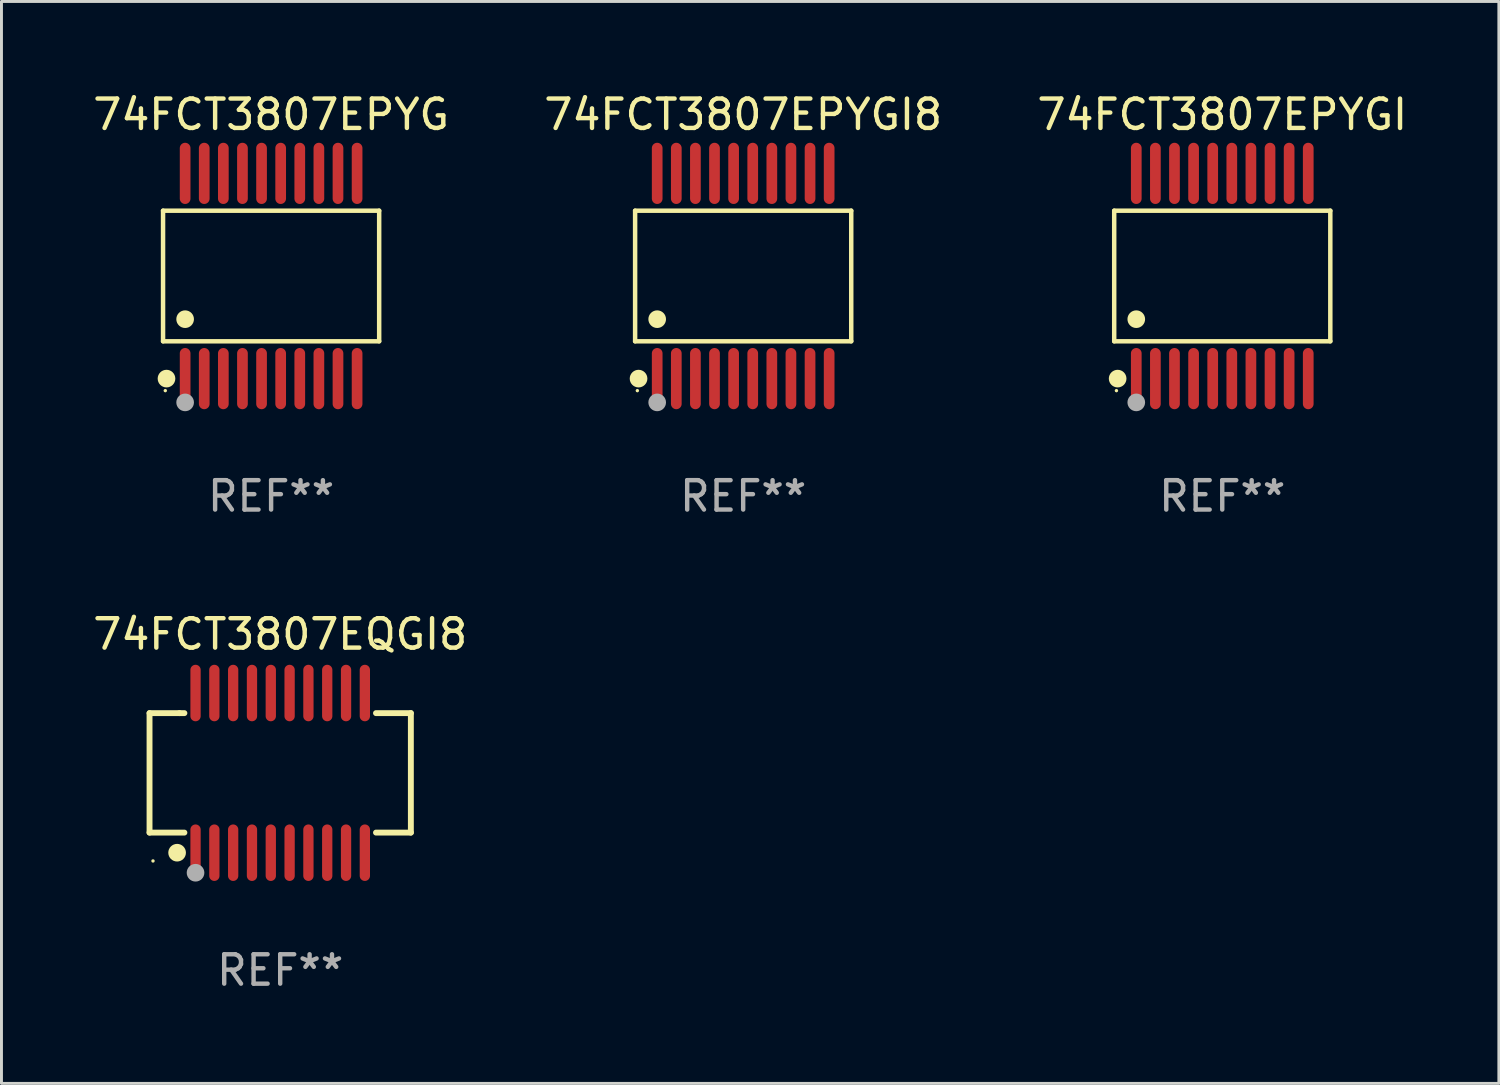
<source format=kicad_pcb>
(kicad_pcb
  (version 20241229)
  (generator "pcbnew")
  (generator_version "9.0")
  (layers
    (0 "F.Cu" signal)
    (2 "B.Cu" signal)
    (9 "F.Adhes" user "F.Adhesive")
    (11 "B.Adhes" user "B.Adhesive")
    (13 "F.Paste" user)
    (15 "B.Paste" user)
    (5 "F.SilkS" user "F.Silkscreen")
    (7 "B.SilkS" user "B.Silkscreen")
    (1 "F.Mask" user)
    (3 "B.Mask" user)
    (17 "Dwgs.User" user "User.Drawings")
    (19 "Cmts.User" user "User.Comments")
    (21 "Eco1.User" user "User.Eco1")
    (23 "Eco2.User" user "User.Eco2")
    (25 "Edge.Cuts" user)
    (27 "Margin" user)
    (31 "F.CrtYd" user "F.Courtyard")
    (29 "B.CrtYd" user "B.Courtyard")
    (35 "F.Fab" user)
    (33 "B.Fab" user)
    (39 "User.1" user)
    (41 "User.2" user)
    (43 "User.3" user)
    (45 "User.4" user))
  (footprint "74FCT3807EPYG"
    (layer "F.Cu")
    (at 6.173 6.339)
    (property "Reference" "74FCT3807EPYG" (at 0 -5.491 0) (layer "F.SilkS") (effects (font (size 1 1) (thickness 0.15))))
    (attr through_hole)
    (fp_line (start -3.676 -2.221) (end 3.676 -2.221) (stroke (width 0.152) (type solid)) (layer "F.SilkS"))
    (fp_line (start -3.676 2.221) (end -3.676 -2.221) (stroke (width 0.152) (type solid)) (layer "F.SilkS"))
    (fp_line (start 3.676 -2.221) (end 3.676 2.221) (stroke (width 0.152) (type solid)) (layer "F.SilkS"))
    (fp_line (start 3.676 2.221) (end -3.676 2.221) (stroke (width 0.152) (type solid)) (layer "F.SilkS"))
    (fp_circle (center -3.6 3.9) (end -3.57 3.9) (stroke (width 0.06) (type solid)) (fill no) (layer "F.SilkS"))
    (fp_circle (center -3.559 3.491) (end -3.409 3.491) (stroke (width 0.3) (type solid)) (fill no) (layer "F.SilkS"))
    (fp_circle (center -2.925 1.469) (end -2.775 1.469) (stroke (width 0.3) (type solid)) (fill no) (layer "F.SilkS"))
    (fp_circle (center -2.925 4.3) (end -2.775 4.3) (stroke (width 0.3) (type solid)) (fill no) (layer "F.Fab"))
    (fp_text user "REF**" (at 0 7.491 0) (layer "F.Fab") (effects (font (size 1 1) (thickness 0.15))))
    (pad "1" smd oval (at -2.925 3.491) (size 0.364 2.082) (layers "F.Cu" "F.Mask" "F.Paste"))
    (pad "2" smd oval (at -2.275 3.491) (size 0.364 2.082) (layers "F.Cu" "F.Mask" "F.Paste"))
    (pad "3" smd oval (at -1.625 3.491) (size 0.364 2.082) (layers "F.Cu" "F.Mask" "F.Paste"))
    (pad "4" smd oval (at -0.975 3.491) (size 0.364 2.082) (layers "F.Cu" "F.Mask" "F.Paste"))
    (pad "5" smd oval (at -0.325 3.491) (size 0.364 2.082) (layers "F.Cu" "F.Mask" "F.Paste"))
    (pad "6" smd oval (at 0.325 3.491) (size 0.364 2.082) (layers "F.Cu" "F.Mask" "F.Paste"))
    (pad "7" smd oval (at 0.975 3.491) (size 0.364 2.082) (layers "F.Cu" "F.Mask" "F.Paste"))
    (pad "8" smd oval (at 1.625 3.491) (size 0.364 2.082) (layers "F.Cu" "F.Mask" "F.Paste"))
    (pad "9" smd oval (at 2.275 3.491) (size 0.364 2.082) (layers "F.Cu" "F.Mask" "F.Paste"))
    (pad "10" smd oval (at 2.925 3.491) (size 0.364 2.082) (layers "F.Cu" "F.Mask" "F.Paste"))
    (pad "11" smd oval (at 2.925 -3.491) (size 0.364 2.082) (layers "F.Cu" "F.Mask" "F.Paste"))
    (pad "12" smd oval (at 2.275 -3.491) (size 0.364 2.082) (layers "F.Cu" "F.Mask" "F.Paste"))
    (pad "13" smd oval (at 1.625 -3.491) (size 0.364 2.082) (layers "F.Cu" "F.Mask" "F.Paste"))
    (pad "14" smd oval (at 0.975 -3.491) (size 0.364 2.082) (layers "F.Cu" "F.Mask" "F.Paste"))
    (pad "15" smd oval (at 0.325 -3.491) (size 0.364 2.082) (layers "F.Cu" "F.Mask" "F.Paste"))
    (pad "16" smd oval (at -0.325 -3.491) (size 0.364 2.082) (layers "F.Cu" "F.Mask" "F.Paste"))
    (pad "17" smd oval (at -0.975 -3.491) (size 0.364 2.082) (layers "F.Cu" "F.Mask" "F.Paste"))
    (pad "18" smd oval (at -1.625 -3.491) (size 0.364 2.082) (layers "F.Cu" "F.Mask" "F.Paste"))
    (pad "19" smd oval (at -2.275 -3.491) (size 0.364 2.082) (layers "F.Cu" "F.Mask" "F.Paste"))
    (pad "20" smd oval (at -2.925 -3.491) (size 0.364 2.082) (layers "F.Cu" "F.Mask" "F.Paste")))
  (footprint "74FCT3807EPYGI8"
    (layer "F.Cu")
    (at 22.232 6.339)
    (property "Reference" "74FCT3807EPYGI8" (at 0 -5.491 0) (layer "F.SilkS") (effects (font (size 1 1) (thickness 0.15))))
    (attr through_hole)
    (fp_line (start -3.676 -2.221) (end 3.676 -2.221) (stroke (width 0.152) (type solid)) (layer "F.SilkS"))
    (fp_line (start -3.676 2.221) (end -3.676 -2.221) (stroke (width 0.152) (type solid)) (layer "F.SilkS"))
    (fp_line (start 3.676 -2.221) (end 3.676 2.221) (stroke (width 0.152) (type solid)) (layer "F.SilkS"))
    (fp_line (start 3.676 2.221) (end -3.676 2.221) (stroke (width 0.152) (type solid)) (layer "F.SilkS"))
    (fp_circle (center -3.6 3.9) (end -3.57 3.9) (stroke (width 0.06) (type solid)) (fill no) (layer "F.SilkS"))
    (fp_circle (center -3.559 3.491) (end -3.409 3.491) (stroke (width 0.3) (type solid)) (fill no) (layer "F.SilkS"))
    (fp_circle (center -2.925 1.469) (end -2.775 1.469) (stroke (width 0.3) (type solid)) (fill no) (layer "F.SilkS"))
    (fp_circle (center -2.925 4.3) (end -2.775 4.3) (stroke (width 0.3) (type solid)) (fill no) (layer "F.Fab"))
    (fp_text user "REF**" (at 0 7.491 0) (layer "F.Fab") (effects (font (size 1 1) (thickness 0.15))))
    (pad "1" smd oval (at -2.925 3.491) (size 0.364 2.082) (layers "F.Cu" "F.Mask" "F.Paste"))
    (pad "2" smd oval (at -2.275 3.491) (size 0.364 2.082) (layers "F.Cu" "F.Mask" "F.Paste"))
    (pad "3" smd oval (at -1.625 3.491) (size 0.364 2.082) (layers "F.Cu" "F.Mask" "F.Paste"))
    (pad "4" smd oval (at -0.975 3.491) (size 0.364 2.082) (layers "F.Cu" "F.Mask" "F.Paste"))
    (pad "5" smd oval (at -0.325 3.491) (size 0.364 2.082) (layers "F.Cu" "F.Mask" "F.Paste"))
    (pad "6" smd oval (at 0.325 3.491) (size 0.364 2.082) (layers "F.Cu" "F.Mask" "F.Paste"))
    (pad "7" smd oval (at 0.975 3.491) (size 0.364 2.082) (layers "F.Cu" "F.Mask" "F.Paste"))
    (pad "8" smd oval (at 1.625 3.491) (size 0.364 2.082) (layers "F.Cu" "F.Mask" "F.Paste"))
    (pad "9" smd oval (at 2.275 3.491) (size 0.364 2.082) (layers "F.Cu" "F.Mask" "F.Paste"))
    (pad "10" smd oval (at 2.925 3.491) (size 0.364 2.082) (layers "F.Cu" "F.Mask" "F.Paste"))
    (pad "11" smd oval (at 2.925 -3.491) (size 0.364 2.082) (layers "F.Cu" "F.Mask" "F.Paste"))
    (pad "12" smd oval (at 2.275 -3.491) (size 0.364 2.082) (layers "F.Cu" "F.Mask" "F.Paste"))
    (pad "13" smd oval (at 1.625 -3.491) (size 0.364 2.082) (layers "F.Cu" "F.Mask" "F.Paste"))
    (pad "14" smd oval (at 0.975 -3.491) (size 0.364 2.082) (layers "F.Cu" "F.Mask" "F.Paste"))
    (pad "15" smd oval (at 0.325 -3.491) (size 0.364 2.082) (layers "F.Cu" "F.Mask" "F.Paste"))
    (pad "16" smd oval (at -0.325 -3.491) (size 0.364 2.082) (layers "F.Cu" "F.Mask" "F.Paste"))
    (pad "17" smd oval (at -0.975 -3.491) (size 0.364 2.082) (layers "F.Cu" "F.Mask" "F.Paste"))
    (pad "18" smd oval (at -1.625 -3.491) (size 0.364 2.082) (layers "F.Cu" "F.Mask" "F.Paste"))
    (pad "19" smd oval (at -2.275 -3.491) (size 0.364 2.082) (layers "F.Cu" "F.Mask" "F.Paste"))
    (pad "20" smd oval (at -2.925 -3.491) (size 0.364 2.082) (layers "F.Cu" "F.Mask" "F.Paste")))
  (footprint "74FCT3807EPYGI"
    (layer "F.Cu")
    (at 38.53 6.339)
    (property "Reference" "74FCT3807EPYGI" (at 0 -5.491 0) (layer "F.SilkS") (effects (font (size 1 1) (thickness 0.15))))
    (attr through_hole)
    (fp_line (start -3.676 -2.221) (end 3.676 -2.221) (stroke (width 0.152) (type solid)) (layer "F.SilkS"))
    (fp_line (start -3.676 2.221) (end -3.676 -2.221) (stroke (width 0.152) (type solid)) (layer "F.SilkS"))
    (fp_line (start 3.676 -2.221) (end 3.676 2.221) (stroke (width 0.152) (type solid)) (layer "F.SilkS"))
    (fp_line (start 3.676 2.221) (end -3.676 2.221) (stroke (width 0.152) (type solid)) (layer "F.SilkS"))
    (fp_circle (center -3.6 3.9) (end -3.57 3.9) (stroke (width 0.06) (type solid)) (fill no) (layer "F.SilkS"))
    (fp_circle (center -3.559 3.491) (end -3.409 3.491) (stroke (width 0.3) (type solid)) (fill no) (layer "F.SilkS"))
    (fp_circle (center -2.925 1.469) (end -2.775 1.469) (stroke (width 0.3) (type solid)) (fill no) (layer "F.SilkS"))
    (fp_circle (center -2.925 4.3) (end -2.775 4.3) (stroke (width 0.3) (type solid)) (fill no) (layer "F.Fab"))
    (fp_text user "REF**" (at 0 7.491 0) (layer "F.Fab") (effects (font (size 1 1) (thickness 0.15))))
    (pad "1" smd oval (at -2.925 3.491) (size 0.364 2.082) (layers "F.Cu" "F.Mask" "F.Paste"))
    (pad "2" smd oval (at -2.275 3.491) (size 0.364 2.082) (layers "F.Cu" "F.Mask" "F.Paste"))
    (pad "3" smd oval (at -1.625 3.491) (size 0.364 2.082) (layers "F.Cu" "F.Mask" "F.Paste"))
    (pad "4" smd oval (at -0.975 3.491) (size 0.364 2.082) (layers "F.Cu" "F.Mask" "F.Paste"))
    (pad "5" smd oval (at -0.325 3.491) (size 0.364 2.082) (layers "F.Cu" "F.Mask" "F.Paste"))
    (pad "6" smd oval (at 0.325 3.491) (size 0.364 2.082) (layers "F.Cu" "F.Mask" "F.Paste"))
    (pad "7" smd oval (at 0.975 3.491) (size 0.364 2.082) (layers "F.Cu" "F.Mask" "F.Paste"))
    (pad "8" smd oval (at 1.625 3.491) (size 0.364 2.082) (layers "F.Cu" "F.Mask" "F.Paste"))
    (pad "9" smd oval (at 2.275 3.491) (size 0.364 2.082) (layers "F.Cu" "F.Mask" "F.Paste"))
    (pad "10" smd oval (at 2.925 3.491) (size 0.364 2.082) (layers "F.Cu" "F.Mask" "F.Paste"))
    (pad "11" smd oval (at 2.925 -3.491) (size 0.364 2.082) (layers "F.Cu" "F.Mask" "F.Paste"))
    (pad "12" smd oval (at 2.275 -3.491) (size 0.364 2.082) (layers "F.Cu" "F.Mask" "F.Paste"))
    (pad "13" smd oval (at 1.625 -3.491) (size 0.364 2.082) (layers "F.Cu" "F.Mask" "F.Paste"))
    (pad "14" smd oval (at 0.975 -3.491) (size 0.364 2.082) (layers "F.Cu" "F.Mask" "F.Paste"))
    (pad "15" smd oval (at 0.325 -3.491) (size 0.364 2.082) (layers "F.Cu" "F.Mask" "F.Paste"))
    (pad "16" smd oval (at -0.325 -3.491) (size 0.364 2.082) (layers "F.Cu" "F.Mask" "F.Paste"))
    (pad "17" smd oval (at -0.975 -3.491) (size 0.364 2.082) (layers "F.Cu" "F.Mask" "F.Paste"))
    (pad "18" smd oval (at -1.625 -3.491) (size 0.364 2.082) (layers "F.Cu" "F.Mask" "F.Paste"))
    (pad "19" smd oval (at -2.275 -3.491) (size 0.364 2.082) (layers "F.Cu" "F.Mask" "F.Paste"))
    (pad "20" smd oval (at -2.925 -3.491) (size 0.364 2.082) (layers "F.Cu" "F.Mask" "F.Paste")))
  (footprint "74FCT3807EQGI8"
    (layer "F.Cu")
    (at 6.482 23.242)
    (property "Reference" "74FCT3807EQGI8" (at 0 -4.716 0) (layer "F.SilkS") (effects (font (size 1 1) (thickness 0.15))))
    (attr through_hole)
    (fp_line (start -4.445 -2.032) (end -4.445 2.032) (stroke (width 0.2) (type solid)) (layer "F.SilkS"))
    (fp_line (start -4.445 2.032) (end -3.259 2.032) (stroke (width 0.2) (type solid)) (layer "F.SilkS"))
    (fp_line (start -3.429 -2.032) (end -4.445 -2.032) (stroke (width 0.2) (type solid)) (layer "F.SilkS"))
    (fp_line (start -3.259 -2.032) (end -3.429 -2.032) (stroke (width 0.2) (type solid)) (layer "F.SilkS"))
    (fp_line (start 3.259 2.032) (end 4.445 2.032) (stroke (width 0.2) (type solid)) (layer "F.SilkS"))
    (fp_line (start 4.445 -2.032) (end 3.259 -2.032) (stroke (width 0.2) (type solid)) (layer "F.SilkS"))
    (fp_line (start 4.445 2.032) (end 4.445 -2.032) (stroke (width 0.2) (type solid)) (layer "F.SilkS"))
    (fp_circle (center -4.327 2.997) (end -4.297 2.997) (stroke (width 0.06) (type solid)) (fill no) (layer "F.SilkS"))
    (fp_circle (center -3.507 2.716) (end -3.357 2.716) (stroke (width 0.3) (type solid)) (fill no) (layer "F.SilkS"))
    (fp_circle (center -2.88 3.398) (end -2.73 3.398) (stroke (width 0.3) (type solid)) (fill no) (layer "F.Fab"))
    (fp_text user "REF**" (at 0 6.716 0) (layer "F.Fab") (effects (font (size 1 1) (thickness 0.15))))
    (pad "1" smd oval (at -2.88 2.716) (size 0.35 1.922) (layers "F.Cu" "F.Mask" "F.Paste"))
    (pad "2" smd oval (at -2.24 2.716) (size 0.35 1.922) (layers "F.Cu" "F.Mask" "F.Paste"))
    (pad "3" smd oval (at -1.6 2.716) (size 0.35 1.922) (layers "F.Cu" "F.Mask" "F.Paste"))
    (pad "4" smd oval (at -0.96 2.716) (size 0.35 1.922) (layers "F.Cu" "F.Mask" "F.Paste"))
    (pad "5" smd oval (at -0.32 2.716) (size 0.35 1.922) (layers "F.Cu" "F.Mask" "F.Paste"))
    (pad "6" smd oval (at 0.32 2.716) (size 0.35 1.922) (layers "F.Cu" "F.Mask" "F.Paste"))
    (pad "7" smd oval (at 0.96 2.716) (size 0.35 1.922) (layers "F.Cu" "F.Mask" "F.Paste"))
    (pad "8" smd oval (at 1.6 2.716) (size 0.35 1.922) (layers "F.Cu" "F.Mask" "F.Paste"))
    (pad "9" smd oval (at 2.24 2.716) (size 0.35 1.922) (layers "F.Cu" "F.Mask" "F.Paste"))
    (pad "10" smd oval (at 2.88 2.716) (size 0.35 1.922) (layers "F.Cu" "F.Mask" "F.Paste"))
    (pad "11" smd oval (at 2.88 -2.716) (size 0.35 1.922) (layers "F.Cu" "F.Mask" "F.Paste"))
    (pad "12" smd oval (at 2.24 -2.716) (size 0.35 1.922) (layers "F.Cu" "F.Mask" "F.Paste"))
    (pad "13" smd oval (at 1.6 -2.716) (size 0.35 1.922) (layers "F.Cu" "F.Mask" "F.Paste"))
    (pad "14" smd oval (at 0.96 -2.716) (size 0.35 1.922) (layers "F.Cu" "F.Mask" "F.Paste"))
    (pad "15" smd oval (at 0.32 -2.716) (size 0.35 1.922) (layers "F.Cu" "F.Mask" "F.Paste"))
    (pad "16" smd oval (at -0.32 -2.716) (size 0.35 1.922) (layers "F.Cu" "F.Mask" "F.Paste"))
    (pad "17" smd oval (at -0.96 -2.716) (size 0.35 1.922) (layers "F.Cu" "F.Mask" "F.Paste"))
    (pad "18" smd oval (at -1.6 -2.716) (size 0.35 1.922) (layers "F.Cu" "F.Mask" "F.Paste"))
    (pad "19" smd oval (at -2.24 -2.716) (size 0.35 1.922) (layers "F.Cu" "F.Mask" "F.Paste"))
    (pad "20" smd oval (at -2.88 -2.716) (size 0.35 1.922) (layers "F.Cu" "F.Mask" "F.Paste")))
  (gr_rect
    (start -3 -3)
    (end 47.94 33.807)
    (stroke (width 0.1) (type default))
    (fill no)
    (layer "Edge.Cuts")))
</source>
